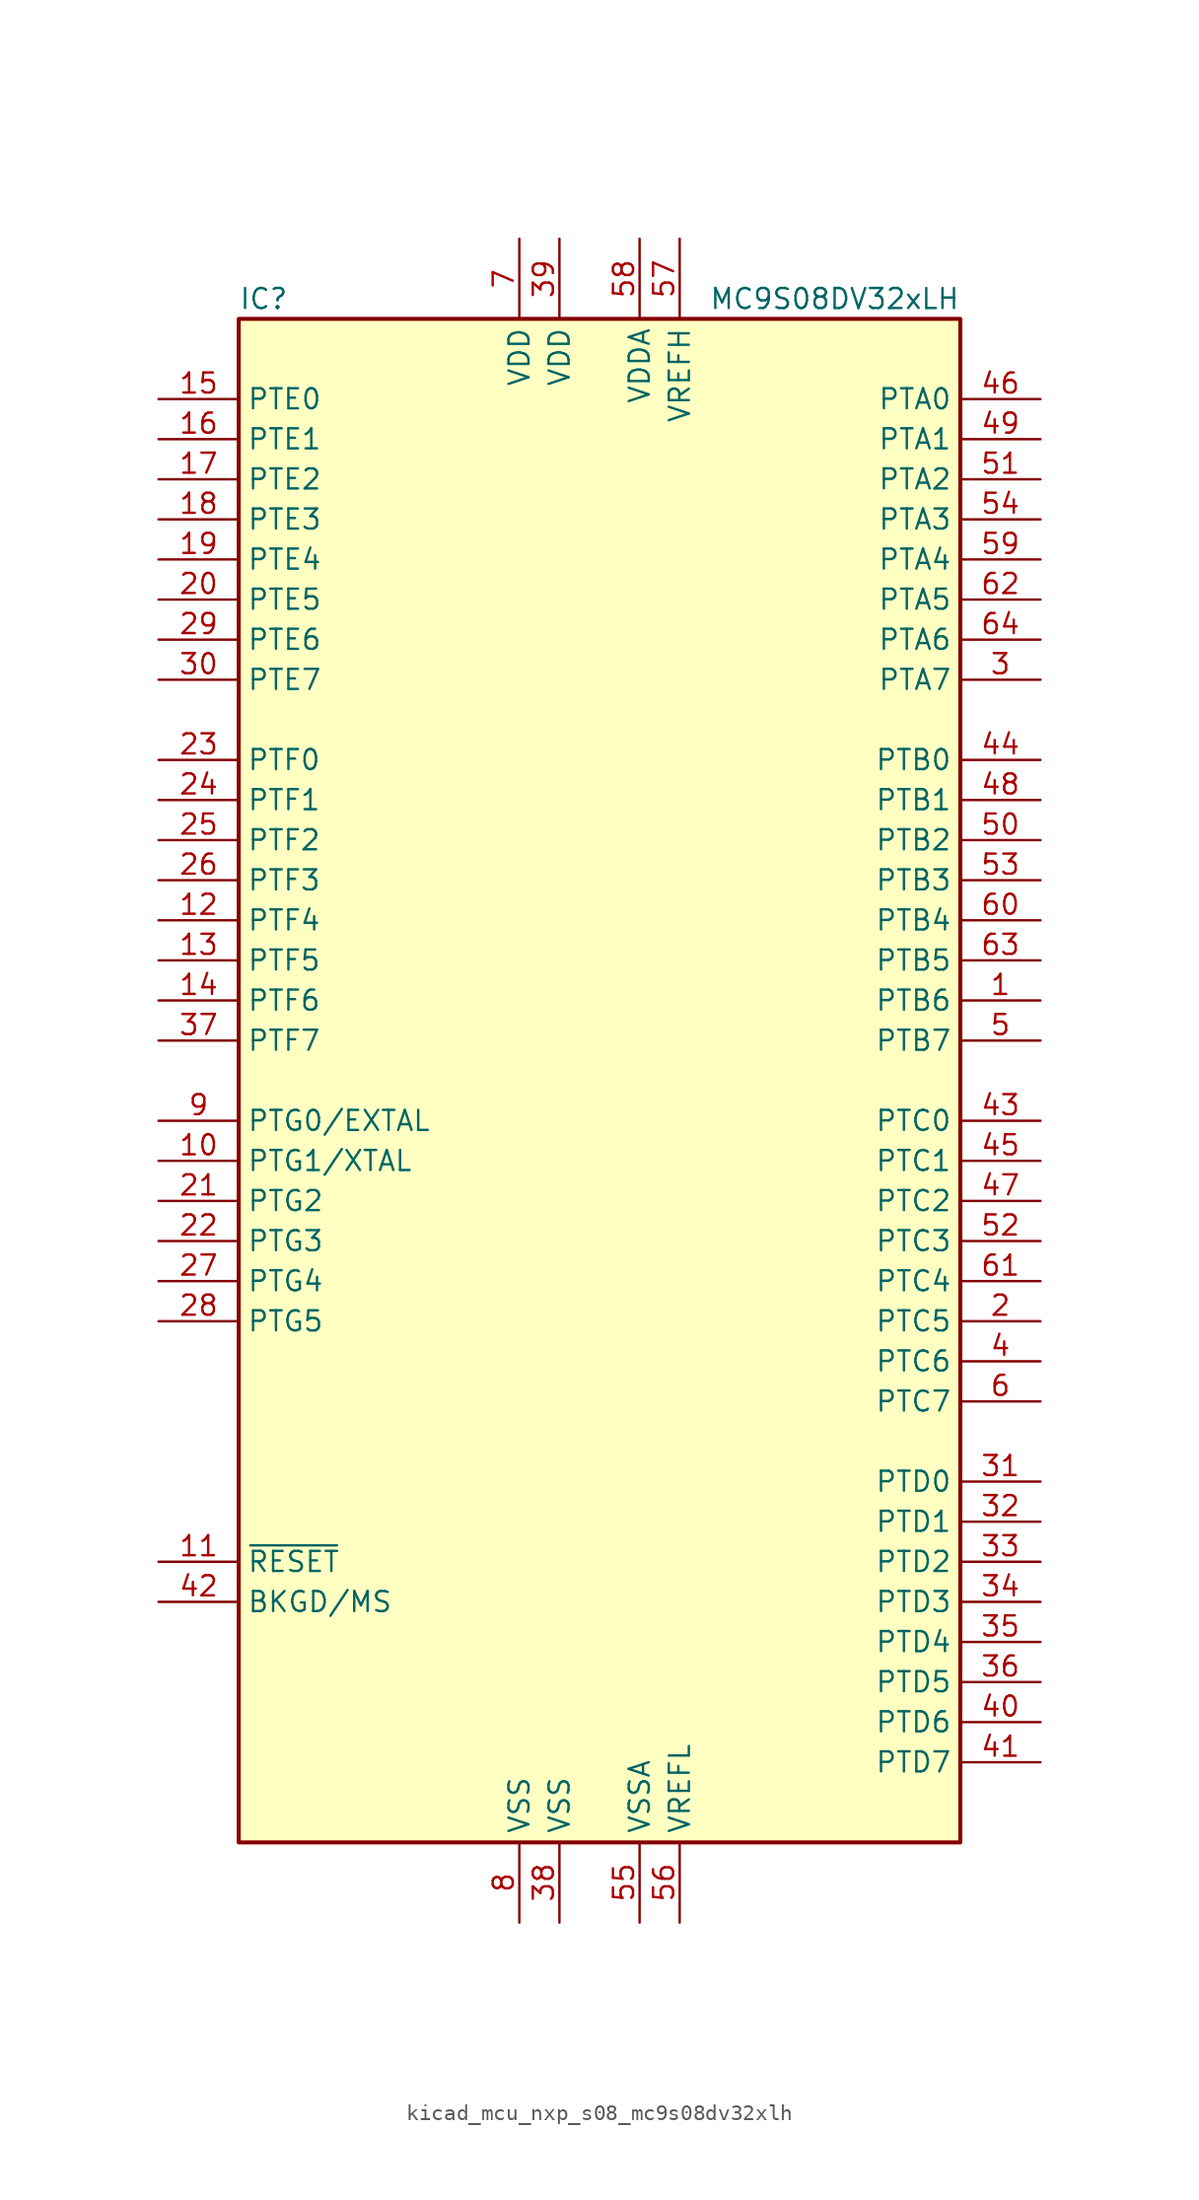
<source format=kicad_sym>
(kicad_symbol_lib
  (version 20220914)
  (generator kicad_symbol_editor)
  (symbol "kicad_mcu_nxp_s08_mc9s08dv32xlh"
    (property "Reference" "IC"
      (at -22.86 49.53 0)
      (effects (font (size 1.27 1.27)) (justify left)))
    (property "Value" "MC9S08DV32xLH"
      (at 22.86 49.53 0)
      (effects (font (size 1.27 1.27)) (justify right)))
    (symbol "kicad_mcu_nxp_s08_mc9s08dv32xlh_0_1"
      (rectangle (start -22.86 48.26) (end 22.86 -48.26) (stroke (width 0.254) (type default)) (fill (type background))))
    (symbol "kicad_mcu_nxp_s08_mc9s08dv32xlh_1_1"
      (pin bidirectional line (at 27.94 5.08 180) (length 5.08) (name "PTB6" (effects (font (size 1.27 1.27)))) (number "1" (effects (font (size 1.27 1.27)))))
      (pin bidirectional line (at -27.94 -5.08 0) (length 5.08) (name "PTG1/XTAL" (effects (font (size 1.27 1.27)))) (number "10" (effects (font (size 1.27 1.27)))))
      (pin input line (at -27.94 -30.48 0) (length 5.08) (name "~{RESET}" (effects (font (size 1.27 1.27)))) (number "11" (effects (font (size 1.27 1.27)))))
      (pin bidirectional line (at -27.94 10.16 0) (length 5.08) (name "PTF4" (effects (font (size 1.27 1.27)))) (number "12" (effects (font (size 1.27 1.27)))))
      (pin bidirectional line (at -27.94 7.62 0) (length 5.08) (name "PTF5" (effects (font (size 1.27 1.27)))) (number "13" (effects (font (size 1.27 1.27)))))
      (pin bidirectional line (at -27.94 5.08 0) (length 5.08) (name "PTF6" (effects (font (size 1.27 1.27)))) (number "14" (effects (font (size 1.27 1.27)))))
      (pin bidirectional line (at -27.94 43.18 0) (length 5.08) (name "PTE0" (effects (font (size 1.27 1.27)))) (number "15" (effects (font (size 1.27 1.27)))))
      (pin bidirectional line (at -27.94 40.64 0) (length 5.08) (name "PTE1" (effects (font (size 1.27 1.27)))) (number "16" (effects (font (size 1.27 1.27)))))
      (pin bidirectional line (at -27.94 38.1 0) (length 5.08) (name "PTE2" (effects (font (size 1.27 1.27)))) (number "17" (effects (font (size 1.27 1.27)))))
      (pin bidirectional line (at -27.94 35.56 0) (length 5.08) (name "PTE3" (effects (font (size 1.27 1.27)))) (number "18" (effects (font (size 1.27 1.27)))))
      (pin bidirectional line (at -27.94 33.02 0) (length 5.08) (name "PTE4" (effects (font (size 1.27 1.27)))) (number "19" (effects (font (size 1.27 1.27)))))
      (pin bidirectional line (at 27.94 -15.24 180) (length 5.08) (name "PTC5" (effects (font (size 1.27 1.27)))) (number "2" (effects (font (size 1.27 1.27)))))
      (pin bidirectional line (at -27.94 30.48 0) (length 5.08) (name "PTE5" (effects (font (size 1.27 1.27)))) (number "20" (effects (font (size 1.27 1.27)))))
      (pin bidirectional line (at -27.94 -7.62 0) (length 5.08) (name "PTG2" (effects (font (size 1.27 1.27)))) (number "21" (effects (font (size 1.27 1.27)))))
      (pin bidirectional line (at -27.94 -10.16 0) (length 5.08) (name "PTG3" (effects (font (size 1.27 1.27)))) (number "22" (effects (font (size 1.27 1.27)))))
      (pin bidirectional line (at -27.94 20.32 0) (length 5.08) (name "PTF0" (effects (font (size 1.27 1.27)))) (number "23" (effects (font (size 1.27 1.27)))))
      (pin bidirectional line (at -27.94 17.78 0) (length 5.08) (name "PTF1" (effects (font (size 1.27 1.27)))) (number "24" (effects (font (size 1.27 1.27)))))
      (pin bidirectional line (at -27.94 15.24 0) (length 5.08) (name "PTF2" (effects (font (size 1.27 1.27)))) (number "25" (effects (font (size 1.27 1.27)))))
      (pin bidirectional line (at -27.94 12.7 0) (length 5.08) (name "PTF3" (effects (font (size 1.27 1.27)))) (number "26" (effects (font (size 1.27 1.27)))))
      (pin bidirectional line (at -27.94 -12.7 0) (length 5.08) (name "PTG4" (effects (font (size 1.27 1.27)))) (number "27" (effects (font (size 1.27 1.27)))))
      (pin bidirectional line (at -27.94 -15.24 0) (length 5.08) (name "PTG5" (effects (font (size 1.27 1.27)))) (number "28" (effects (font (size 1.27 1.27)))))
      (pin bidirectional line (at -27.94 27.94 0) (length 5.08) (name "PTE6" (effects (font (size 1.27 1.27)))) (number "29" (effects (font (size 1.27 1.27)))))
      (pin bidirectional line (at 27.94 25.4 180) (length 5.08) (name "PTA7" (effects (font (size 1.27 1.27)))) (number "3" (effects (font (size 1.27 1.27)))))
      (pin bidirectional line (at -27.94 25.4 0) (length 5.08) (name "PTE7" (effects (font (size 1.27 1.27)))) (number "30" (effects (font (size 1.27 1.27)))))
      (pin bidirectional line (at 27.94 -25.4 180) (length 5.08) (name "PTD0" (effects (font (size 1.27 1.27)))) (number "31" (effects (font (size 1.27 1.27)))))
      (pin bidirectional line (at 27.94 -27.94 180) (length 5.08) (name "PTD1" (effects (font (size 1.27 1.27)))) (number "32" (effects (font (size 1.27 1.27)))))
      (pin bidirectional line (at 27.94 -30.48 180) (length 5.08) (name "PTD2" (effects (font (size 1.27 1.27)))) (number "33" (effects (font (size 1.27 1.27)))))
      (pin bidirectional line (at 27.94 -33.02 180) (length 5.08) (name "PTD3" (effects (font (size 1.27 1.27)))) (number "34" (effects (font (size 1.27 1.27)))))
      (pin bidirectional line (at 27.94 -35.56 180) (length 5.08) (name "PTD4" (effects (font (size 1.27 1.27)))) (number "35" (effects (font (size 1.27 1.27)))))
      (pin bidirectional line (at 27.94 -38.1 180) (length 5.08) (name "PTD5" (effects (font (size 1.27 1.27)))) (number "36" (effects (font (size 1.27 1.27)))))
      (pin bidirectional line (at -27.94 2.54 0) (length 5.08) (name "PTF7" (effects (font (size 1.27 1.27)))) (number "37" (effects (font (size 1.27 1.27)))))
      (pin power_in line (at -2.54 -53.34 90) (length 5.08) (name "VSS" (effects (font (size 1.27 1.27)))) (number "38" (effects (font (size 1.27 1.27)))))
      (pin power_in line (at -2.54 53.34 270) (length 5.08) (name "VDD" (effects (font (size 1.27 1.27)))) (number "39" (effects (font (size 1.27 1.27)))))
      (pin bidirectional line (at 27.94 -17.78 180) (length 5.08) (name "PTC6" (effects (font (size 1.27 1.27)))) (number "4" (effects (font (size 1.27 1.27)))))
      (pin bidirectional line (at 27.94 -40.64 180) (length 5.08) (name "PTD6" (effects (font (size 1.27 1.27)))) (number "40" (effects (font (size 1.27 1.27)))))
      (pin bidirectional line (at 27.94 -43.18 180) (length 5.08) (name "PTD7" (effects (font (size 1.27 1.27)))) (number "41" (effects (font (size 1.27 1.27)))))
      (pin bidirectional line (at -27.94 -33.02 0) (length 5.08) (name "BKGD/MS" (effects (font (size 1.27 1.27)))) (number "42" (effects (font (size 1.27 1.27)))))
      (pin bidirectional line (at 27.94 -2.54 180) (length 5.08) (name "PTC0" (effects (font (size 1.27 1.27)))) (number "43" (effects (font (size 1.27 1.27)))))
      (pin bidirectional line (at 27.94 20.32 180) (length 5.08) (name "PTB0" (effects (font (size 1.27 1.27)))) (number "44" (effects (font (size 1.27 1.27)))))
      (pin bidirectional line (at 27.94 -5.08 180) (length 5.08) (name "PTC1" (effects (font (size 1.27 1.27)))) (number "45" (effects (font (size 1.27 1.27)))))
      (pin bidirectional line (at 27.94 43.18 180) (length 5.08) (name "PTA0" (effects (font (size 1.27 1.27)))) (number "46" (effects (font (size 1.27 1.27)))))
      (pin bidirectional line (at 27.94 -7.62 180) (length 5.08) (name "PTC2" (effects (font (size 1.27 1.27)))) (number "47" (effects (font (size 1.27 1.27)))))
      (pin bidirectional line (at 27.94 17.78 180) (length 5.08) (name "PTB1" (effects (font (size 1.27 1.27)))) (number "48" (effects (font (size 1.27 1.27)))))
      (pin bidirectional line (at 27.94 40.64 180) (length 5.08) (name "PTA1" (effects (font (size 1.27 1.27)))) (number "49" (effects (font (size 1.27 1.27)))))
      (pin bidirectional line (at 27.94 2.54 180) (length 5.08) (name "PTB7" (effects (font (size 1.27 1.27)))) (number "5" (effects (font (size 1.27 1.27)))))
      (pin bidirectional line (at 27.94 15.24 180) (length 5.08) (name "PTB2" (effects (font (size 1.27 1.27)))) (number "50" (effects (font (size 1.27 1.27)))))
      (pin bidirectional line (at 27.94 38.1 180) (length 5.08) (name "PTA2" (effects (font (size 1.27 1.27)))) (number "51" (effects (font (size 1.27 1.27)))))
      (pin bidirectional line (at 27.94 -10.16 180) (length 5.08) (name "PTC3" (effects (font (size 1.27 1.27)))) (number "52" (effects (font (size 1.27 1.27)))))
      (pin bidirectional line (at 27.94 12.7 180) (length 5.08) (name "PTB3" (effects (font (size 1.27 1.27)))) (number "53" (effects (font (size 1.27 1.27)))))
      (pin bidirectional line (at 27.94 35.56 180) (length 5.08) (name "PTA3" (effects (font (size 1.27 1.27)))) (number "54" (effects (font (size 1.27 1.27)))))
      (pin power_in line (at 2.54 -53.34 90) (length 5.08) (name "VSSA" (effects (font (size 1.27 1.27)))) (number "55" (effects (font (size 1.27 1.27)))))
      (pin power_in line (at 5.08 -53.34 90) (length 5.08) (name "VREFL" (effects (font (size 1.27 1.27)))) (number "56" (effects (font (size 1.27 1.27)))))
      (pin power_in line (at 5.08 53.34 270) (length 5.08) (name "VREFH" (effects (font (size 1.27 1.27)))) (number "57" (effects (font (size 1.27 1.27)))))
      (pin power_in line (at 2.54 53.34 270) (length 5.08) (name "VDDA" (effects (font (size 1.27 1.27)))) (number "58" (effects (font (size 1.27 1.27)))))
      (pin bidirectional line (at 27.94 33.02 180) (length 5.08) (name "PTA4" (effects (font (size 1.27 1.27)))) (number "59" (effects (font (size 1.27 1.27)))))
      (pin bidirectional line (at 27.94 -20.32 180) (length 5.08) (name "PTC7" (effects (font (size 1.27 1.27)))) (number "6" (effects (font (size 1.27 1.27)))))
      (pin bidirectional line (at 27.94 10.16 180) (length 5.08) (name "PTB4" (effects (font (size 1.27 1.27)))) (number "60" (effects (font (size 1.27 1.27)))))
      (pin bidirectional line (at 27.94 -12.7 180) (length 5.08) (name "PTC4" (effects (font (size 1.27 1.27)))) (number "61" (effects (font (size 1.27 1.27)))))
      (pin bidirectional line (at 27.94 30.48 180) (length 5.08) (name "PTA5" (effects (font (size 1.27 1.27)))) (number "62" (effects (font (size 1.27 1.27)))))
      (pin bidirectional line (at 27.94 7.62 180) (length 5.08) (name "PTB5" (effects (font (size 1.27 1.27)))) (number "63" (effects (font (size 1.27 1.27)))))
      (pin bidirectional line (at 27.94 27.94 180) (length 5.08) (name "PTA6" (effects (font (size 1.27 1.27)))) (number "64" (effects (font (size 1.27 1.27)))))
      (pin power_in line (at -5.08 53.34 270) (length 5.08) (name "VDD" (effects (font (size 1.27 1.27)))) (number "7" (effects (font (size 1.27 1.27)))))
      (pin power_in line (at -5.08 -53.34 90) (length 5.08) (name "VSS" (effects (font (size 1.27 1.27)))) (number "8" (effects (font (size 1.27 1.27)))))
      (pin bidirectional line (at -27.94 -2.54 0) (length 5.08) (name "PTG0/EXTAL" (effects (font (size 1.27 1.27)))) (number "9" (effects (font (size 1.27 1.27))))))))
</source>
